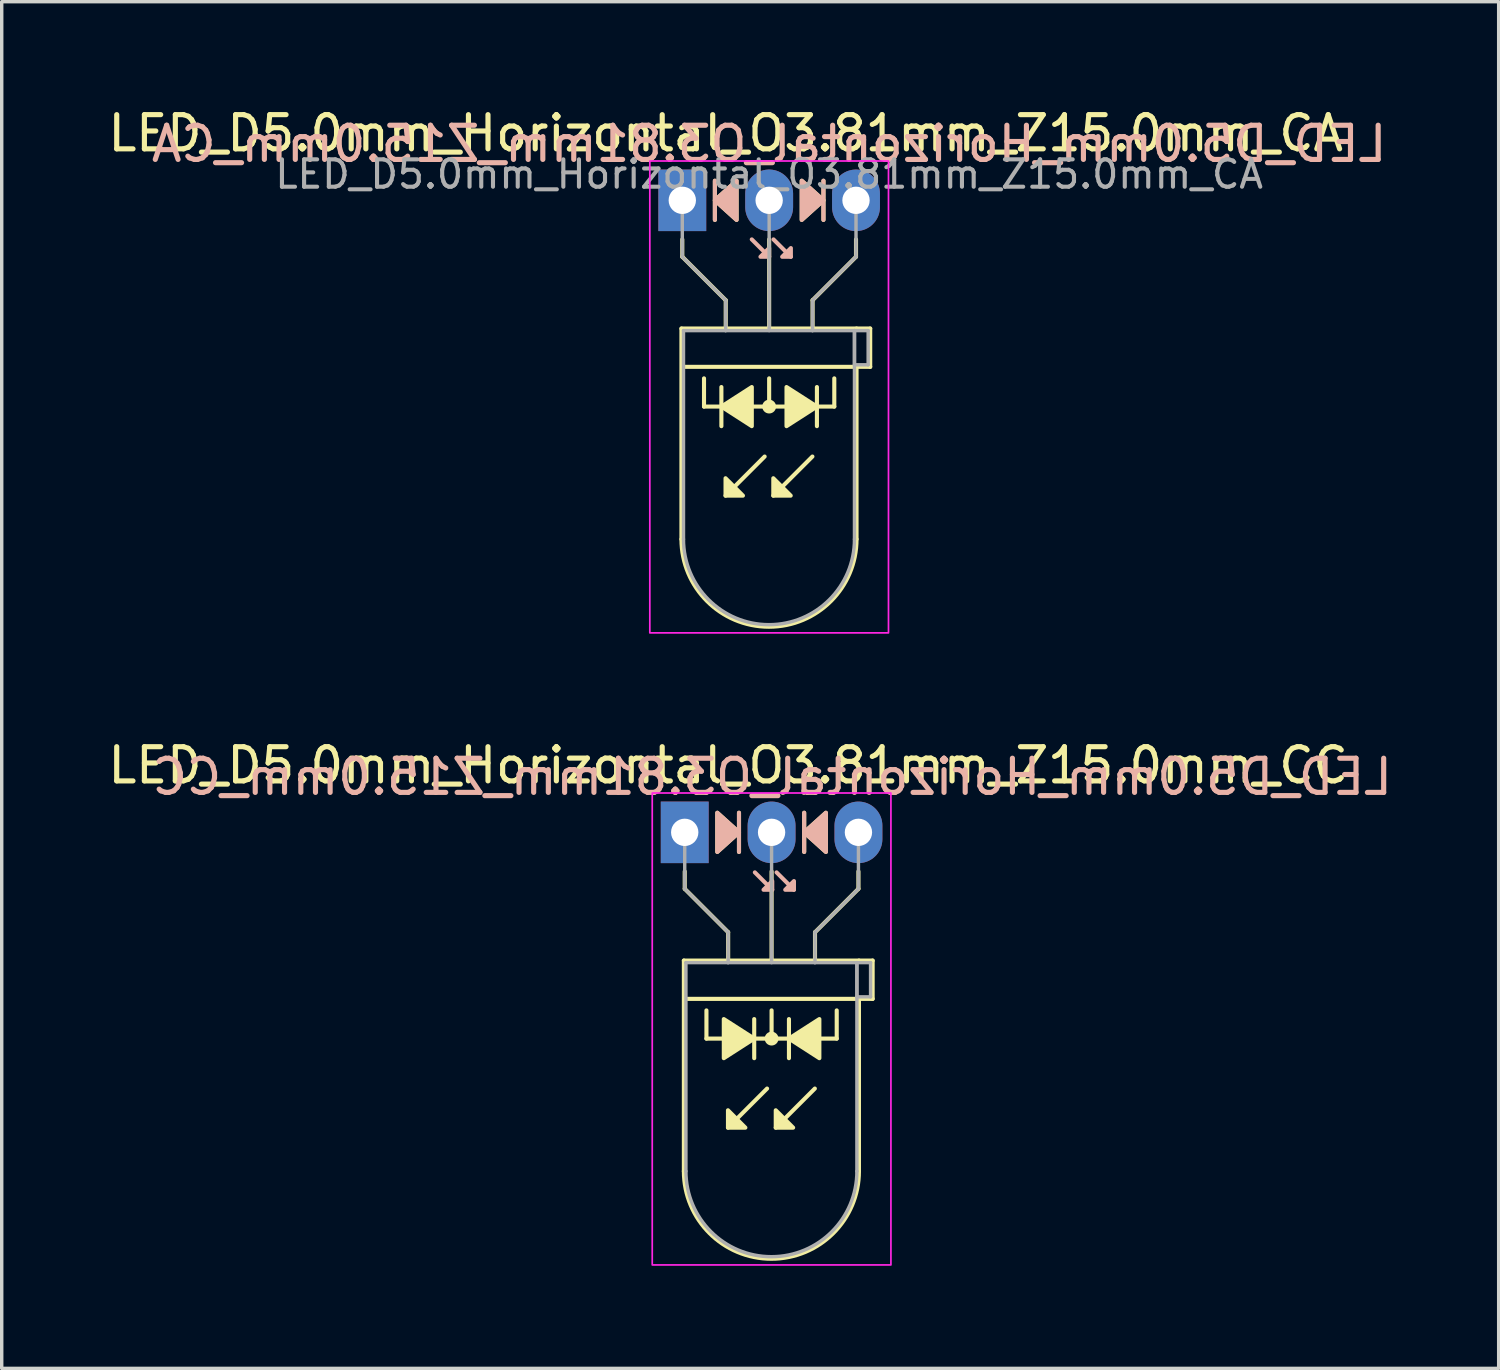
<source format=kicad_pcb>
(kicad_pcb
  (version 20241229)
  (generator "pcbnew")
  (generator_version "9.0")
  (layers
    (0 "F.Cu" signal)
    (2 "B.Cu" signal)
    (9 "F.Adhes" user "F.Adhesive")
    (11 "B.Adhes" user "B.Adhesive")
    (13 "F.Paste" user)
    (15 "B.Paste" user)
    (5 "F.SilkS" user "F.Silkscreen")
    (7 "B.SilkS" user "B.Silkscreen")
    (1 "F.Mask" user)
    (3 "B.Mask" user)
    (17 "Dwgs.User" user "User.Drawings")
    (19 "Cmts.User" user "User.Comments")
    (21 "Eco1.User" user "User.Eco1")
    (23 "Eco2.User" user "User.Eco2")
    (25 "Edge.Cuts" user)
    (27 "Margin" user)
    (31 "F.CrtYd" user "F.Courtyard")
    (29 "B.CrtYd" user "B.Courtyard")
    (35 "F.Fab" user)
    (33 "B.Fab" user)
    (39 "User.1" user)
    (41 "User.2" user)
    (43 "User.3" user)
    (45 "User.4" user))
  (footprint "LED_D5.0mm_Horizontal_O3.81mm_Z15.0mm_CA"
    (layer "F.Cu")
    (at 16.903 2.808)
    (property "Reference" "LED_D5.0mm_Horizontal_O3.81mm_Z15.0mm_CA" (at 1.27 -1.96 0) (layer "F.SilkS") (effects (font (size 1 1) (thickness 0.15))))
    (fp_line (start -0.025 3.75) (end -0.025 9.91) (stroke (width 0.12) (type solid)) (layer "F.SilkS"))
    (fp_line (start -0.025 3.75) (end 5.095 3.75) (stroke (width 0.12) (type solid)) (layer "F.SilkS"))
    (fp_line (start 0 1.143) (end 0 1.651) (stroke (width 0.12) (type default)) (layer "F.SilkS"))
    (fp_line (start 0 1.651) (end 1.27 2.921) (stroke (width 0.12) (type default)) (layer "F.SilkS"))
    (fp_line (start 0.635 6.032) (end 0.635 5.207) (stroke (width 0.12) (type default)) (layer "F.SilkS"))
    (fp_line (start 0.635 6.032) (end 4.445 6.032) (stroke (width 0.12) (type default)) (layer "F.SilkS"))
    (fp_line (start 0.953 -0.572) (end 0.953 0.572) (stroke (width 0.12) (type solid)) (layer "F.SilkS"))
    (fp_line (start 1.143 5.461) (end 1.143 6.604) (stroke (width 0.12) (type solid)) (layer "F.SilkS"))
    (fp_line (start 1.265 3.75) (end 1.265 3.75) (stroke (width 0.12) (type solid)) (layer "F.SilkS"))
    (fp_line (start 1.27 2.921) (end 1.27 3.75) (stroke (width 0.12) (type default)) (layer "F.SilkS"))
    (fp_line (start 2.408 7.493) (end 1.265 8.636) (stroke (width 0.12) (type solid)) (layer "F.SilkS"))
    (fp_line (start 2.54 3.75) (end 2.54 1.143) (stroke (width 0.12) (type default)) (layer "F.SilkS"))
    (fp_line (start 2.54 6.032) (end 2.54 5.207) (stroke (width 0.12) (type default)) (layer "F.SilkS"))
    (fp_line (start 3.805 3.75) (end 3.805 3.75) (stroke (width 0.12) (type solid)) (layer "F.SilkS"))
    (fp_line (start 3.805 7.493) (end 2.662 8.636) (stroke (width 0.12) (type solid)) (layer "F.SilkS"))
    (fp_line (start 3.81 2.921) (end 3.81 3.75) (stroke (width 0.12) (type default)) (layer "F.SilkS"))
    (fp_line (start 3.937 6.604) (end 3.937 5.461) (stroke (width 0.12) (type solid)) (layer "F.SilkS"))
    (fp_line (start 4.128 0.572) (end 4.128 -0.572) (stroke (width 0.12) (type solid)) (layer "F.SilkS"))
    (fp_line (start 4.445 6.032) (end 4.445 5.207) (stroke (width 0.12) (type default)) (layer "F.SilkS"))
    (fp_line (start 5.08 1.143) (end 5.08 1.651) (stroke (width 0.12) (type default)) (layer "F.SilkS"))
    (fp_line (start 5.08 1.651) (end 3.81 2.921) (stroke (width 0.12) (type default)) (layer "F.SilkS"))
    (fp_line (start 5.095 3.75) (end 5.495 3.75) (stroke (width 0.12) (type solid)) (layer "F.SilkS"))
    (fp_line (start 5.095 4.87) (end 5.095 9.91) (stroke (width 0.12) (type solid)) (layer "F.SilkS"))
    (fp_line (start 5.495 3.75) (end 5.495 4.87) (stroke (width 0.12) (type solid)) (layer "F.SilkS"))
    (fp_line (start 5.495 4.87) (end -0.005 4.87) (stroke (width 0.12) (type solid)) (layer "F.SilkS"))
    (fp_arc (start 5.095 9.91) (mid 2.535 12.47) (end -0.025 9.91) (stroke (width 0.12) (type solid)) (layer "F.SilkS"))
    (fp_circle (center 2.54 6.032) (end 2.682 6.032) (stroke (width 0.12) (type solid)) (fill yes) (layer "F.SilkS"))
    (fp_poly (pts (xy 1.265 8.128) (xy 1.773 8.636) (xy 1.265 8.636)) (stroke (width 0.12) (type solid)) (fill yes) (layer "F.SilkS"))
    (fp_poly (pts (xy 1.587 0.572) (xy 0.953 0) (xy 1.587 -0.572)) (stroke (width 0.12) (type solid)) (fill yes) (layer "F.SilkS"))
    (fp_poly (pts (xy 2.032 6.604) (xy 1.143 6.032) (xy 2.032 5.461)) (stroke (width 0.12) (type solid)) (fill yes) (layer "F.SilkS"))
    (fp_poly (pts (xy 2.662 8.128) (xy 3.17 8.636) (xy 2.662 8.636)) (stroke (width 0.12) (type solid)) (fill yes) (layer "F.SilkS"))
    (fp_poly (pts (xy 3.048 5.461) (xy 3.937 6.032) (xy 3.048 6.604)) (stroke (width 0.12) (type solid)) (fill yes) (layer "F.SilkS"))
    (fp_poly (pts (xy 3.493 -0.572) (xy 4.128 0) (xy 3.493 0.572)) (stroke (width 0.12) (type solid)) (fill yes) (layer "F.SilkS"))
    (fp_line (start 0.953 -0.572) (end 0.953 0.572) (stroke (width 0.12) (type solid)) (layer "B.SilkS"))
    (fp_line (start 2.54 1.651) (end 2.032 1.143) (stroke (width 0.12) (type solid)) (layer "B.SilkS"))
    (fp_line (start 3.175 1.651) (end 2.667 1.143) (stroke (width 0.12) (type solid)) (layer "B.SilkS"))
    (fp_line (start 4.128 0.572) (end 4.128 -0.572) (stroke (width 0.12) (type solid)) (layer "B.SilkS"))
    (fp_poly (pts (xy 1.587 0.572) (xy 0.953 0) (xy 1.587 -0.572)) (stroke (width 0.12) (type solid)) (fill yes) (layer "B.SilkS"))
    (fp_poly (pts (xy 2.54 1.397) (xy 2.286 1.651) (xy 2.54 1.651)) (stroke (width 0.12) (type solid)) (fill yes) (layer "B.SilkS"))
    (fp_poly (pts (xy 3.175 1.397) (xy 2.921 1.651) (xy 3.175 1.651)) (stroke (width 0.12) (type solid)) (fill yes) (layer "B.SilkS"))
    (fp_poly (pts (xy 3.493 0.572) (xy 4.128 0) (xy 3.493 -0.572)) (stroke (width 0.12) (type solid)) (fill yes) (layer "B.SilkS"))
    (fp_rect (start -0.95 -1.15) (end 6.03 12.65) (stroke (width 0.05) (type default)) (fill no) (layer "F.CrtYd"))
    (fp_line (start 0 0) (end 0 0) (stroke (width 0.1) (type solid)) (layer "F.Fab"))
    (fp_line (start 0 1.651) (end 0 0) (stroke (width 0.1) (type default)) (layer "F.Fab"))
    (fp_line (start 0.035 3.81) (end 0.035 9.91) (stroke (width 0.1) (type solid)) (layer "F.Fab"))
    (fp_line (start 0.035 3.81) (end 5.035 3.81) (stroke (width 0.1) (type solid)) (layer "F.Fab"))
    (fp_line (start 1.265 3.81) (end 1.265 3.81) (stroke (width 0.1) (type solid)) (layer "F.Fab"))
    (fp_line (start 1.27 2.921) (end 0 1.651) (stroke (width 0.1) (type default)) (layer "F.Fab"))
    (fp_line (start 1.27 2.921) (end 1.27 3.81) (stroke (width 0.1) (type default)) (layer "F.Fab"))
    (fp_line (start 2.54 0) (end 2.54 0) (stroke (width 0.1) (type solid)) (layer "F.Fab"))
    (fp_line (start 2.54 0) (end 2.54 3.81) (stroke (width 0.1) (type default)) (layer "F.Fab"))
    (fp_line (start 3.805 3.81) (end 3.805 3.81) (stroke (width 0.1) (type solid)) (layer "F.Fab"))
    (fp_line (start 3.81 2.921) (end 3.81 3.81) (stroke (width 0.1) (type default)) (layer "F.Fab"))
    (fp_line (start 3.81 2.921) (end 5.08 1.651) (stroke (width 0.1) (type default)) (layer "F.Fab"))
    (fp_line (start 5.035 3.81) (end 5.035 9.91) (stroke (width 0.1) (type solid)) (layer "F.Fab"))
    (fp_line (start 5.035 3.81) (end 5.435 3.81) (stroke (width 0.1) (type solid)) (layer "F.Fab"))
    (fp_line (start 5.035 4.81) (end 5.035 3.81) (stroke (width 0.1) (type solid)) (layer "F.Fab"))
    (fp_line (start 5.08 1.651) (end 5.08 0) (stroke (width 0.1) (type default)) (layer "F.Fab"))
    (fp_line (start 5.435 3.81) (end 5.435 4.81) (stroke (width 0.1) (type solid)) (layer "F.Fab"))
    (fp_line (start 5.435 4.81) (end 5.035 4.81) (stroke (width 0.1) (type solid)) (layer "F.Fab"))
    (fp_arc (start 5.035 9.91) (mid 2.535 12.41) (end 0.035 9.91) (stroke (width 0.1) (type solid)) (layer "F.Fab"))
    (fp_text user "${REFERENCE}" (at 2.54 -1.651 0) (layer "B.SilkS") (effects (font (size 1 1) (thickness 0.15)) (justify mirror)))
    (fp_text user "${REFERENCE}" (at 2.54 -0.762 0) (layer "F.Fab") (effects (font (size 0.8 0.8) (thickness 0.12))))
    (pad "1" thru_hole rect (at 0 0) (size 1.4 1.8) (drill 0.8) (layers "*.Cu" "*.Mask"))
    (pad "2" thru_hole oval (at 2.54 0) (size 1.4 1.8) (drill 0.8) (layers "*.Cu" "*.Mask"))
    (pad "3" thru_hole oval (at 5.08 0) (size 1.4 1.8) (drill 0.8) (layers "*.Cu" "*.Mask")))
  (footprint "LED_D5.0mm_Horizontal_O3.81mm_Z15.0mm_CC"
    (layer "F.Cu")
    (at 16.974 21.291)
    (property "Reference" "LED_D5.0mm_Horizontal_O3.81mm_Z15.0mm_CC" (at 1.27 -1.96 0) (layer "F.SilkS") (effects (font (size 1 1) (thickness 0.15))))
    (fp_line (start -0.025 3.75) (end -0.025 9.91) (stroke (width 0.12) (type solid)) (layer "F.SilkS"))
    (fp_line (start -0.025 3.75) (end 5.095 3.75) (stroke (width 0.12) (type solid)) (layer "F.SilkS"))
    (fp_line (start 0 1.143) (end 0 1.651) (stroke (width 0.12) (type default)) (layer "F.SilkS"))
    (fp_line (start 0 1.651) (end 1.27 2.921) (stroke (width 0.12) (type default)) (layer "F.SilkS"))
    (fp_line (start 0.635 6.032) (end 0.635 5.207) (stroke (width 0.12) (type default)) (layer "F.SilkS"))
    (fp_line (start 0.635 6.032) (end 4.445 6.032) (stroke (width 0.12) (type default)) (layer "F.SilkS"))
    (fp_line (start 1.265 3.75) (end 1.265 3.75) (stroke (width 0.12) (type solid)) (layer "F.SilkS"))
    (fp_line (start 1.27 2.921) (end 1.27 3.75) (stroke (width 0.12) (type default)) (layer "F.SilkS"))
    (fp_line (start 1.587 0.572) (end 1.587 -0.572) (stroke (width 0.12) (type solid)) (layer "F.SilkS"))
    (fp_line (start 2.032 6.604) (end 2.032 5.461) (stroke (width 0.12) (type solid)) (layer "F.SilkS"))
    (fp_line (start 2.408 7.493) (end 1.265 8.636) (stroke (width 0.12) (type solid)) (layer "F.SilkS"))
    (fp_line (start 2.54 3.75) (end 2.54 1.143) (stroke (width 0.12) (type default)) (layer "F.SilkS"))
    (fp_line (start 2.54 6.032) (end 2.54 5.207) (stroke (width 0.12) (type default)) (layer "F.SilkS"))
    (fp_line (start 3.048 5.461) (end 3.048 6.604) (stroke (width 0.12) (type solid)) (layer "F.SilkS"))
    (fp_line (start 3.493 -0.572) (end 3.493 0.572) (stroke (width 0.12) (type solid)) (layer "F.SilkS"))
    (fp_line (start 3.805 3.75) (end 3.805 3.75) (stroke (width 0.12) (type solid)) (layer "F.SilkS"))
    (fp_line (start 3.805 7.493) (end 2.662 8.636) (stroke (width 0.12) (type solid)) (layer "F.SilkS"))
    (fp_line (start 3.81 2.921) (end 3.81 3.75) (stroke (width 0.12) (type default)) (layer "F.SilkS"))
    (fp_line (start 4.445 6.032) (end 4.445 5.207) (stroke (width 0.12) (type default)) (layer "F.SilkS"))
    (fp_line (start 5.08 1.143) (end 5.08 1.651) (stroke (width 0.12) (type default)) (layer "F.SilkS"))
    (fp_line (start 5.08 1.651) (end 3.81 2.921) (stroke (width 0.12) (type default)) (layer "F.SilkS"))
    (fp_line (start 5.095 3.75) (end 5.495 3.75) (stroke (width 0.12) (type solid)) (layer "F.SilkS"))
    (fp_line (start 5.095 4.87) (end 5.095 9.91) (stroke (width 0.12) (type solid)) (layer "F.SilkS"))
    (fp_line (start 5.495 3.75) (end 5.495 4.87) (stroke (width 0.12) (type solid)) (layer "F.SilkS"))
    (fp_line (start 5.495 4.87) (end -0.005 4.87) (stroke (width 0.12) (type solid)) (layer "F.SilkS"))
    (fp_arc (start 5.095 9.91) (mid 2.535 12.47) (end -0.025 9.91) (stroke (width 0.12) (type solid)) (layer "F.SilkS"))
    (fp_circle (center 2.54 6.032) (end 2.682 6.032) (stroke (width 0.12) (type solid)) (fill yes) (layer "F.SilkS"))
    (fp_poly (pts (xy 0.953 -0.572) (xy 1.587 0) (xy 0.953 0.572)) (stroke (width 0.12) (type solid)) (fill yes) (layer "F.SilkS"))
    (fp_poly (pts (xy 1.143 5.461) (xy 2.032 6.032) (xy 1.143 6.604)) (stroke (width 0.12) (type solid)) (fill yes) (layer "F.SilkS"))
    (fp_poly (pts (xy 1.265 8.128) (xy 1.773 8.636) (xy 1.265 8.636)) (stroke (width 0.12) (type solid)) (fill yes) (layer "F.SilkS"))
    (fp_poly (pts (xy 2.662 8.128) (xy 3.17 8.636) (xy 2.662 8.636)) (stroke (width 0.12) (type solid)) (fill yes) (layer "F.SilkS"))
    (fp_poly (pts (xy 3.937 6.604) (xy 3.048 6.032) (xy 3.937 5.461)) (stroke (width 0.12) (type solid)) (fill yes) (layer "F.SilkS"))
    (fp_poly (pts (xy 4.128 0.572) (xy 3.493 0) (xy 4.128 -0.572)) (stroke (width 0.12) (type solid)) (fill yes) (layer "F.SilkS"))
    (fp_line (start 1.587 0.572) (end 1.587 -0.572) (stroke (width 0.12) (type solid)) (layer "B.SilkS"))
    (fp_line (start 2.559 1.679) (end 2.051 1.171) (stroke (width 0.12) (type solid)) (layer "B.SilkS"))
    (fp_line (start 3.194 1.679) (end 2.686 1.171) (stroke (width 0.12) (type solid)) (layer "B.SilkS"))
    (fp_line (start 3.493 -0.572) (end 3.493 0.572) (stroke (width 0.12) (type solid)) (layer "B.SilkS"))
    (fp_poly (pts (xy 0.953 0.572) (xy 1.587 0) (xy 0.953 -0.572)) (stroke (width 0.12) (type solid)) (fill yes) (layer "B.SilkS"))
    (fp_poly (pts (xy 2.559 1.425) (xy 2.305 1.679) (xy 2.559 1.679)) (stroke (width 0.12) (type solid)) (fill yes) (layer "B.SilkS"))
    (fp_poly (pts (xy 3.194 1.425) (xy 2.94 1.679) (xy 3.194 1.679)) (stroke (width 0.12) (type solid)) (fill yes) (layer "B.SilkS"))
    (fp_poly (pts (xy 4.128 0.572) (xy 3.493 0) (xy 4.128 -0.572)) (stroke (width 0.12) (type solid)) (fill yes) (layer "B.SilkS"))
    (fp_rect (start -0.95 -1.15) (end 6.03 12.65) (stroke (width 0.05) (type default)) (fill no) (layer "F.CrtYd"))
    (fp_line (start 0 0) (end 0 0) (stroke (width 0.1) (type solid)) (layer "F.Fab"))
    (fp_line (start 0 1.651) (end 0 0) (stroke (width 0.1) (type default)) (layer "F.Fab"))
    (fp_line (start 0.035 3.81) (end 0.035 9.91) (stroke (width 0.1) (type solid)) (layer "F.Fab"))
    (fp_line (start 0.035 3.81) (end 5.035 3.81) (stroke (width 0.1) (type solid)) (layer "F.Fab"))
    (fp_line (start 1.265 3.81) (end 1.265 3.81) (stroke (width 0.1) (type solid)) (layer "F.Fab"))
    (fp_line (start 1.27 2.921) (end 0 1.651) (stroke (width 0.1) (type default)) (layer "F.Fab"))
    (fp_line (start 1.27 2.921) (end 1.27 3.81) (stroke (width 0.1) (type default)) (layer "F.Fab"))
    (fp_line (start 2.54 0) (end 2.54 0) (stroke (width 0.1) (type solid)) (layer "F.Fab"))
    (fp_line (start 2.54 0) (end 2.54 3.81) (stroke (width 0.1) (type default)) (layer "F.Fab"))
    (fp_line (start 3.805 3.81) (end 3.805 3.81) (stroke (width 0.1) (type solid)) (layer "F.Fab"))
    (fp_line (start 3.81 2.921) (end 3.81 3.81) (stroke (width 0.1) (type default)) (layer "F.Fab"))
    (fp_line (start 3.81 2.921) (end 5.08 1.651) (stroke (width 0.1) (type default)) (layer "F.Fab"))
    (fp_line (start 5.035 3.81) (end 5.035 9.91) (stroke (width 0.1) (type solid)) (layer "F.Fab"))
    (fp_line (start 5.035 3.81) (end 5.435 3.81) (stroke (width 0.1) (type solid)) (layer "F.Fab"))
    (fp_line (start 5.035 4.81) (end 5.035 3.81) (stroke (width 0.1) (type solid)) (layer "F.Fab"))
    (fp_line (start 5.08 1.651) (end 5.08 0) (stroke (width 0.1) (type default)) (layer "F.Fab"))
    (fp_line (start 5.435 3.81) (end 5.435 4.81) (stroke (width 0.1) (type solid)) (layer "F.Fab"))
    (fp_line (start 5.435 4.81) (end 5.035 4.81) (stroke (width 0.1) (type solid)) (layer "F.Fab"))
    (fp_arc (start 5.035 9.91) (mid 2.535 12.41) (end 0.035 9.91) (stroke (width 0.1) (type solid)) (layer "F.Fab"))
    (fp_text user "${REFERENCE}" (at 2.559 -1.623 0) (layer "B.SilkS") (effects (font (size 1 1) (thickness 0.15)) (justify mirror)))
    (pad "1" thru_hole rect (at 0 0) (size 1.4 1.8) (drill 0.8) (layers "*.Cu" "*.Mask"))
    (pad "2" thru_hole oval (at 2.54 0) (size 1.4 1.8) (drill 0.8) (layers "*.Cu" "*.Mask"))
    (pad "3" thru_hole oval (at 5.08 0) (size 1.4 1.8) (drill 0.8) (layers "*.Cu" "*.Mask")))
  (gr_rect
    (start -3 -3)
    (end 40.777 36.967)
    (stroke (width 0.1) (type default))
    (fill no)
    (layer "Edge.Cuts")))
</source>
